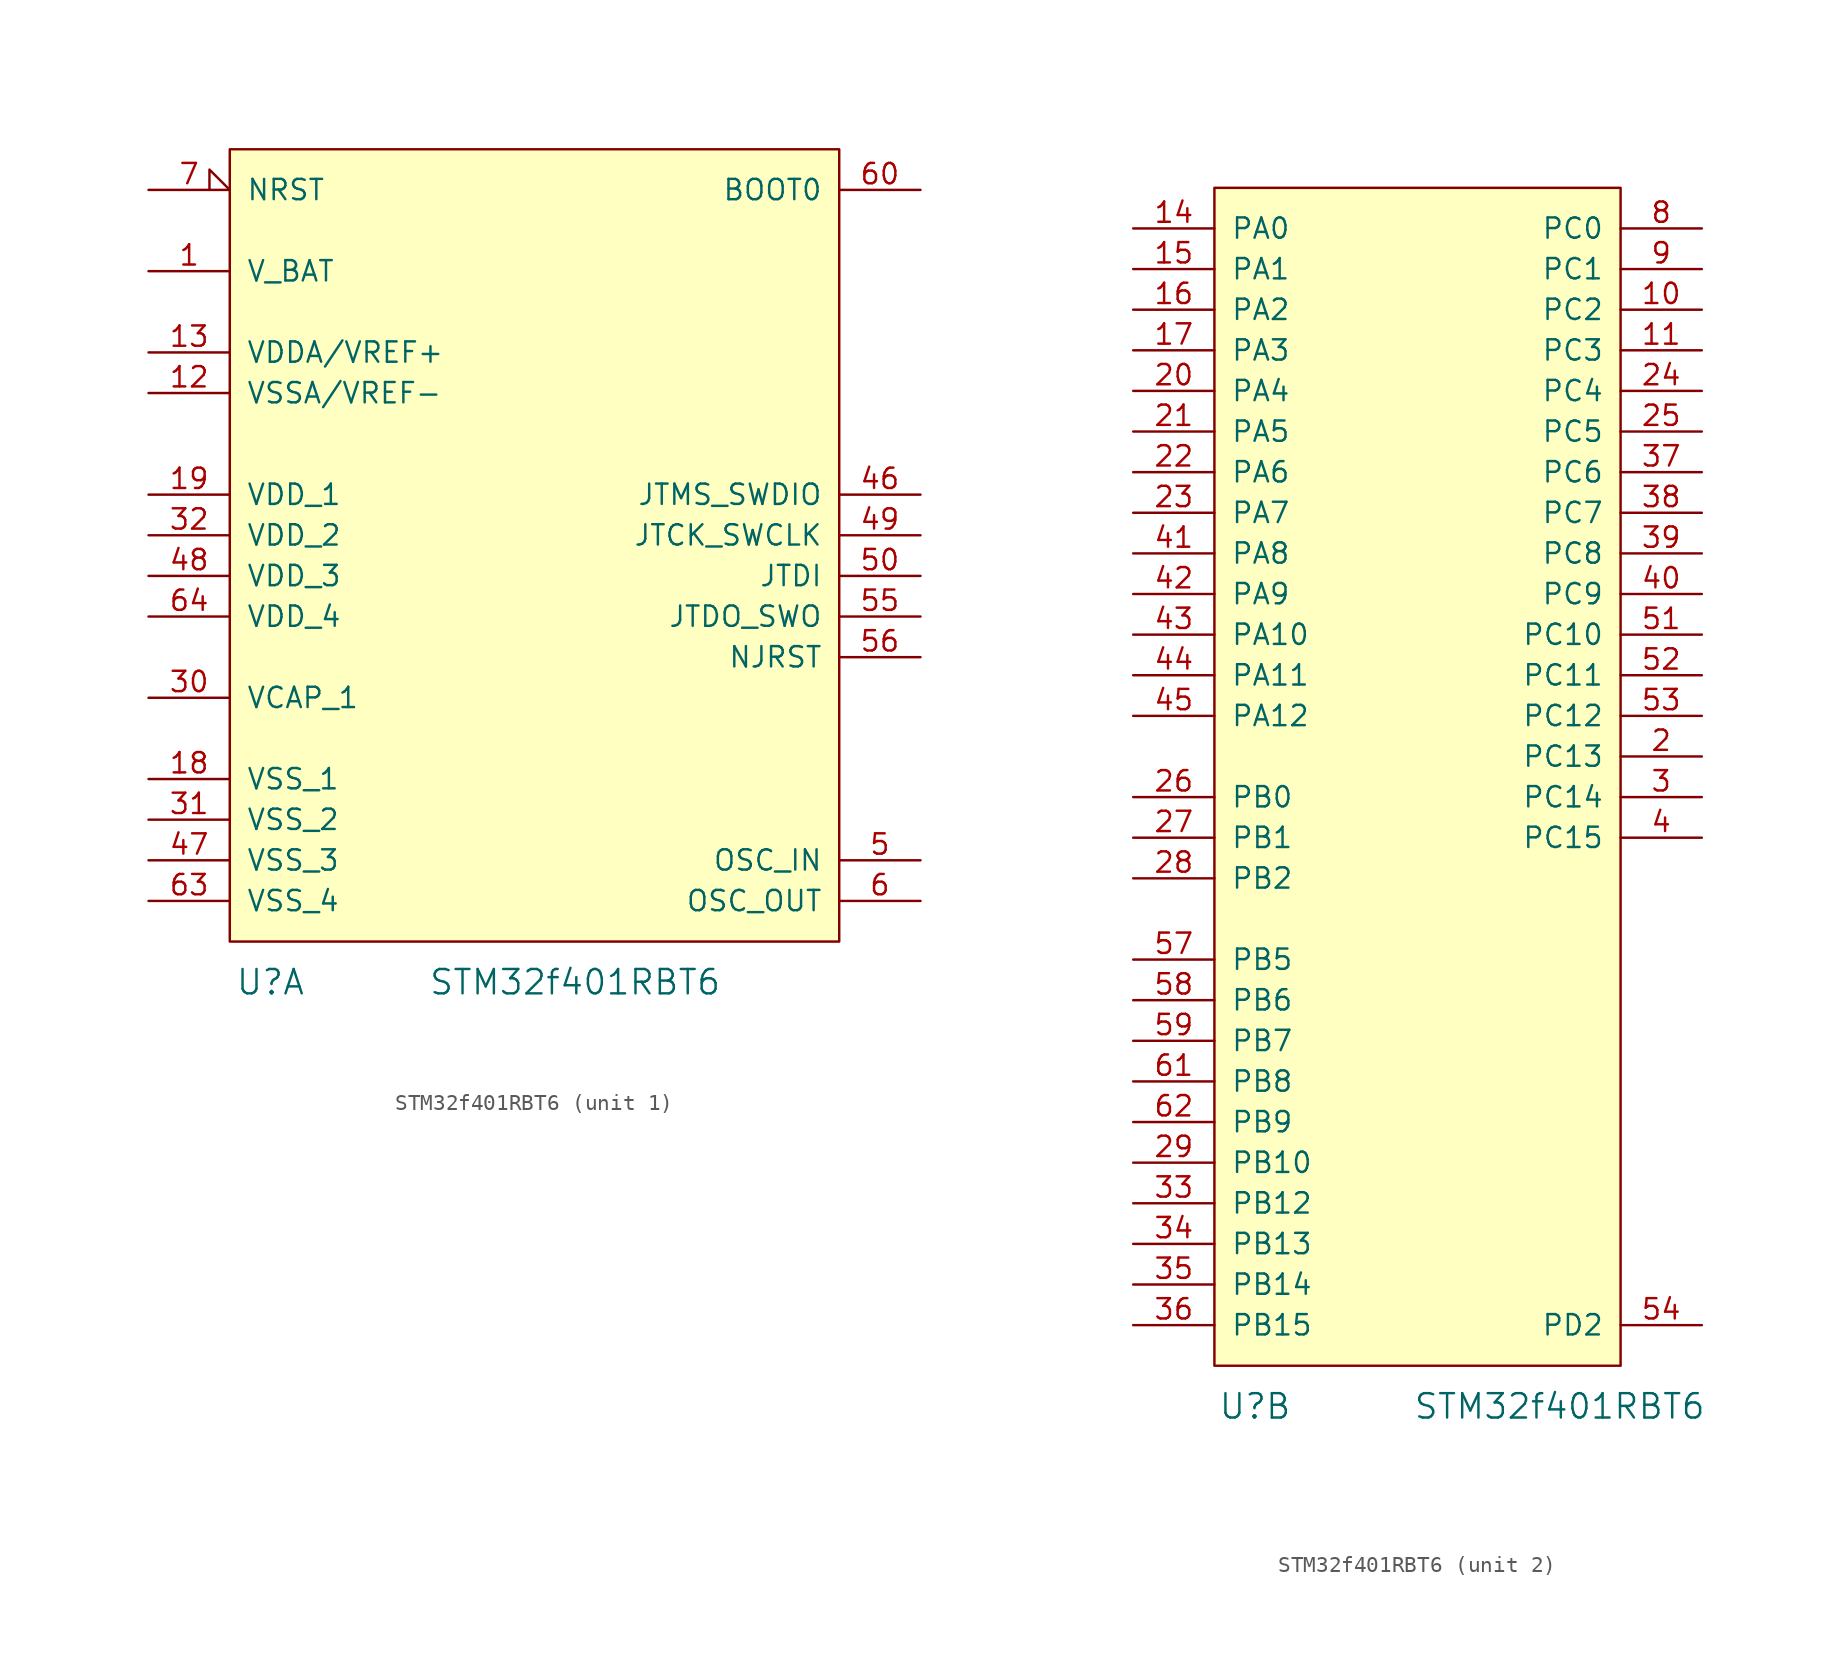
<source format=kicad_sym>
(kicad_symbol_lib
  (version 20211014)
  (generator kicad_symbol_editor)
  (symbol "STM32f401RBT6"
    (pin_names
      (offset 1.016))
    (property "Reference" "U"
      (at 2.54 -2.54 0)
      (effects (font (size 1.524 1.524))))
    (property "Value" "STM32f401RBT6"
      (at 21.59 -2.54 0)
      (effects (font (size 1.524 1.524))))
    (property "Footprint" ""
      (at 0 0 0)
      (effects (font (size 1.524 1.524))))
    (property "Datasheet" ""
      (at 0 0 0)
      (effects (font (size 1.524 1.524))))
    (property "ki_locked" ""
      (at 0 0 0)
      (effects (font (size 1.27 1.27))))
    (symbol "STM32f401RBT6_1_1"
      (rectangle (start 0 0) (end 38.1 49.53) (stroke (width 0) (type default) (color 0 0 0 0)) (fill (type background)))
      (pin power_in line (at -5.08 41.91 0) (length 5.08) (name "V_BAT" (effects (font (size 1.27 1.27)))) (number "1" (effects (font (size 1.27 1.27)))))
      (pin power_in line (at -5.08 34.29 0) (length 5.08) (name "VSSA/VREF-" (effects (font (size 1.27 1.27)))) (number "12" (effects (font (size 1.27 1.27)))))
      (pin power_in line (at -5.08 36.83 0) (length 5.08) (name "VDDA/VREF+" (effects (font (size 1.27 1.27)))) (number "13" (effects (font (size 1.27 1.27)))))
      (pin power_in line (at -5.08 10.16 0) (length 5.08) (name "VSS_1" (effects (font (size 1.27 1.27)))) (number "18" (effects (font (size 1.27 1.27)))))
      (pin power_in line (at -5.08 27.94 0) (length 5.08) (name "VDD_1" (effects (font (size 1.27 1.27)))) (number "19" (effects (font (size 1.27 1.27)))))
      (pin power_out line (at -5.08 15.24 0) (length 5.08) (name "VCAP_1" (effects (font (size 1.27 1.27)))) (number "30" (effects (font (size 1.27 1.27)))))
      (pin power_in line (at -5.08 7.62 0) (length 5.08) (name "VSS_2" (effects (font (size 1.27 1.27)))) (number "31" (effects (font (size 1.27 1.27)))))
      (pin power_in line (at -5.08 25.4 0) (length 5.08) (name "VDD_2" (effects (font (size 1.27 1.27)))) (number "32" (effects (font (size 1.27 1.27)))))
      (pin bidirectional line (at 43.18 27.94 180) (length 5.08) (name "JTMS_SWDIO" (effects (font (size 1.27 1.27)))) (number "46" (effects (font (size 1.27 1.27)))))
      (pin power_in line (at -5.08 5.08 0) (length 5.08) (name "VSS_3" (effects (font (size 1.27 1.27)))) (number "47" (effects (font (size 1.27 1.27)))))
      (pin power_in line (at -5.08 22.86 0) (length 5.08) (name "VDD_3" (effects (font (size 1.27 1.27)))) (number "48" (effects (font (size 1.27 1.27)))))
      (pin bidirectional line (at 43.18 25.4 180) (length 5.08) (name "JTCK_SWCLK" (effects (font (size 1.27 1.27)))) (number "49" (effects (font (size 1.27 1.27)))))
      (pin input line (at 43.18 5.08 180) (length 5.08) (name "OSC_IN" (effects (font (size 1.27 1.27)))) (number "5" (effects (font (size 1.27 1.27)))))
      (pin bidirectional line (at 43.18 22.86 180) (length 5.08) (name "JTDI" (effects (font (size 1.27 1.27)))) (number "50" (effects (font (size 1.27 1.27)))))
      (pin bidirectional line (at 43.18 20.32 180) (length 5.08) (name "JTDO_SWO" (effects (font (size 1.27 1.27)))) (number "55" (effects (font (size 1.27 1.27)))))
      (pin bidirectional line (at 43.18 17.78 180) (length 5.08) (name "NJRST" (effects (font (size 1.27 1.27)))) (number "56" (effects (font (size 1.27 1.27)))))
      (pin output line (at 43.18 2.54 180) (length 5.08) (name "OSC_OUT" (effects (font (size 1.27 1.27)))) (number "6" (effects (font (size 1.27 1.27)))))
      (pin input line (at 43.18 46.99 180) (length 5.08) (name "BOOT0" (effects (font (size 1.27 1.27)))) (number "60" (effects (font (size 1.27 1.27)))))
      (pin power_in line (at -5.08 2.54 0) (length 5.08) (name "VSS_4" (effects (font (size 1.27 1.27)))) (number "63" (effects (font (size 1.27 1.27)))))
      (pin power_in line (at -5.08 20.32 0) (length 5.08) (name "VDD_4" (effects (font (size 1.27 1.27)))) (number "64" (effects (font (size 1.27 1.27)))))
      (pin input input_low (at -5.08 46.99 0) (length 5.08) (name "NRST" (effects (font (size 1.27 1.27)))) (number "7" (effects (font (size 1.27 1.27))))))
    (symbol "STM32f401RBT6_2_1"
      (rectangle (start 0 0) (end 25.4 73.66) (stroke (width 0) (type default) (color 0 0 0 0)) (fill (type background)))
      (pin bidirectional line (at 30.48 66.04 180) (length 5.08) (name "PC2" (effects (font (size 1.27 1.27)))) (number "10" (effects (font (size 1.27 1.27)))))
      (pin bidirectional line (at 30.48 63.5 180) (length 5.08) (name "PC3" (effects (font (size 1.27 1.27)))) (number "11" (effects (font (size 1.27 1.27)))))
      (pin bidirectional line (at -5.08 71.12 0) (length 5.08) (name "PA0" (effects (font (size 1.27 1.27)))) (number "14" (effects (font (size 1.27 1.27)))))
      (pin bidirectional line (at -5.08 68.58 0) (length 5.08) (name "PA1" (effects (font (size 1.27 1.27)))) (number "15" (effects (font (size 1.27 1.27)))))
      (pin bidirectional line (at -5.08 66.04 0) (length 5.08) (name "PA2" (effects (font (size 1.27 1.27)))) (number "16" (effects (font (size 1.27 1.27)))))
      (pin bidirectional line (at -5.08 63.5 0) (length 5.08) (name "PA3" (effects (font (size 1.27 1.27)))) (number "17" (effects (font (size 1.27 1.27)))))
      (pin bidirectional line (at 30.48 38.1 180) (length 5.08) (name "PC13" (effects (font (size 1.27 1.27)))) (number "2" (effects (font (size 1.27 1.27)))))
      (pin bidirectional line (at -5.08 60.96 0) (length 5.08) (name "PA4" (effects (font (size 1.27 1.27)))) (number "20" (effects (font (size 1.27 1.27)))))
      (pin bidirectional line (at -5.08 58.42 0) (length 5.08) (name "PA5" (effects (font (size 1.27 1.27)))) (number "21" (effects (font (size 1.27 1.27)))))
      (pin bidirectional line (at -5.08 55.88 0) (length 5.08) (name "PA6" (effects (font (size 1.27 1.27)))) (number "22" (effects (font (size 1.27 1.27)))))
      (pin bidirectional line (at -5.08 53.34 0) (length 5.08) (name "PA7" (effects (font (size 1.27 1.27)))) (number "23" (effects (font (size 1.27 1.27)))))
      (pin bidirectional line (at 30.48 60.96 180) (length 5.08) (name "PC4" (effects (font (size 1.27 1.27)))) (number "24" (effects (font (size 1.27 1.27)))))
      (pin bidirectional line (at 30.48 58.42 180) (length 5.08) (name "PC5" (effects (font (size 1.27 1.27)))) (number "25" (effects (font (size 1.27 1.27)))))
      (pin bidirectional line (at -5.08 35.56 0) (length 5.08) (name "PB0" (effects (font (size 1.27 1.27)))) (number "26" (effects (font (size 1.27 1.27)))))
      (pin bidirectional line (at -5.08 33.02 0) (length 5.08) (name "PB1" (effects (font (size 1.27 1.27)))) (number "27" (effects (font (size 1.27 1.27)))))
      (pin bidirectional line (at -5.08 30.48 0) (length 5.08) (name "PB2" (effects (font (size 1.27 1.27)))) (number "28" (effects (font (size 1.27 1.27)))))
      (pin bidirectional line (at -5.08 12.7 0) (length 5.08) (name "PB10" (effects (font (size 1.27 1.27)))) (number "29" (effects (font (size 1.27 1.27)))))
      (pin bidirectional line (at 30.48 35.56 180) (length 5.08) (name "PC14" (effects (font (size 1.27 1.27)))) (number "3" (effects (font (size 1.27 1.27)))))
      (pin bidirectional line (at -5.08 10.16 0) (length 5.08) (name "PB12" (effects (font (size 1.27 1.27)))) (number "33" (effects (font (size 1.27 1.27)))))
      (pin bidirectional line (at -5.08 7.62 0) (length 5.08) (name "PB13" (effects (font (size 1.27 1.27)))) (number "34" (effects (font (size 1.27 1.27)))))
      (pin bidirectional line (at -5.08 5.08 0) (length 5.08) (name "PB14" (effects (font (size 1.27 1.27)))) (number "35" (effects (font (size 1.27 1.27)))))
      (pin bidirectional line (at -5.08 2.54 0) (length 5.08) (name "PB15" (effects (font (size 1.27 1.27)))) (number "36" (effects (font (size 1.27 1.27)))))
      (pin bidirectional line (at 30.48 55.88 180) (length 5.08) (name "PC6" (effects (font (size 1.27 1.27)))) (number "37" (effects (font (size 1.27 1.27)))))
      (pin bidirectional line (at 30.48 53.34 180) (length 5.08) (name "PC7" (effects (font (size 1.27 1.27)))) (number "38" (effects (font (size 1.27 1.27)))))
      (pin bidirectional line (at 30.48 50.8 180) (length 5.08) (name "PC8" (effects (font (size 1.27 1.27)))) (number "39" (effects (font (size 1.27 1.27)))))
      (pin bidirectional line (at 30.48 33.02 180) (length 5.08) (name "PC15" (effects (font (size 1.27 1.27)))) (number "4" (effects (font (size 1.27 1.27)))))
      (pin bidirectional line (at 30.48 48.26 180) (length 5.08) (name "PC9" (effects (font (size 1.27 1.27)))) (number "40" (effects (font (size 1.27 1.27)))))
      (pin bidirectional line (at -5.08 50.8 0) (length 5.08) (name "PA8" (effects (font (size 1.27 1.27)))) (number "41" (effects (font (size 1.27 1.27)))))
      (pin bidirectional line (at -5.08 48.26 0) (length 5.08) (name "PA9" (effects (font (size 1.27 1.27)))) (number "42" (effects (font (size 1.27 1.27)))))
      (pin bidirectional line (at -5.08 45.72 0) (length 5.08) (name "PA10" (effects (font (size 1.27 1.27)))) (number "43" (effects (font (size 1.27 1.27)))))
      (pin bidirectional line (at -5.08 43.18 0) (length 5.08) (name "PA11" (effects (font (size 1.27 1.27)))) (number "44" (effects (font (size 1.27 1.27)))))
      (pin bidirectional line (at -5.08 40.64 0) (length 5.08) (name "PA12" (effects (font (size 1.27 1.27)))) (number "45" (effects (font (size 1.27 1.27)))))
      (pin bidirectional line (at 30.48 45.72 180) (length 5.08) (name "PC10" (effects (font (size 1.27 1.27)))) (number "51" (effects (font (size 1.27 1.27)))))
      (pin bidirectional line (at 30.48 43.18 180) (length 5.08) (name "PC11" (effects (font (size 1.27 1.27)))) (number "52" (effects (font (size 1.27 1.27)))))
      (pin bidirectional line (at 30.48 40.64 180) (length 5.08) (name "PC12" (effects (font (size 1.27 1.27)))) (number "53" (effects (font (size 1.27 1.27)))))
      (pin bidirectional line (at 30.48 2.54 180) (length 5.08) (name "PD2" (effects (font (size 1.27 1.27)))) (number "54" (effects (font (size 1.27 1.27)))))
      (pin bidirectional line (at -5.08 25.4 0) (length 5.08) (name "PB5" (effects (font (size 1.27 1.27)))) (number "57" (effects (font (size 1.27 1.27)))))
      (pin bidirectional line (at -5.08 22.86 0) (length 5.08) (name "PB6" (effects (font (size 1.27 1.27)))) (number "58" (effects (font (size 1.27 1.27)))))
      (pin bidirectional line (at -5.08 20.32 0) (length 5.08) (name "PB7" (effects (font (size 1.27 1.27)))) (number "59" (effects (font (size 1.27 1.27)))))
      (pin bidirectional line (at -5.08 17.78 0) (length 5.08) (name "PB8" (effects (font (size 1.27 1.27)))) (number "61" (effects (font (size 1.27 1.27)))))
      (pin bidirectional line (at -5.08 15.24 0) (length 5.08) (name "PB9" (effects (font (size 1.27 1.27)))) (number "62" (effects (font (size 1.27 1.27)))))
      (pin bidirectional line (at 30.48 71.12 180) (length 5.08) (name "PC0" (effects (font (size 1.27 1.27)))) (number "8" (effects (font (size 1.27 1.27)))))
      (pin bidirectional line (at 30.48 68.58 180) (length 5.08) (name "PC1" (effects (font (size 1.27 1.27)))) (number "9" (effects (font (size 1.27 1.27))))))))
</source>
